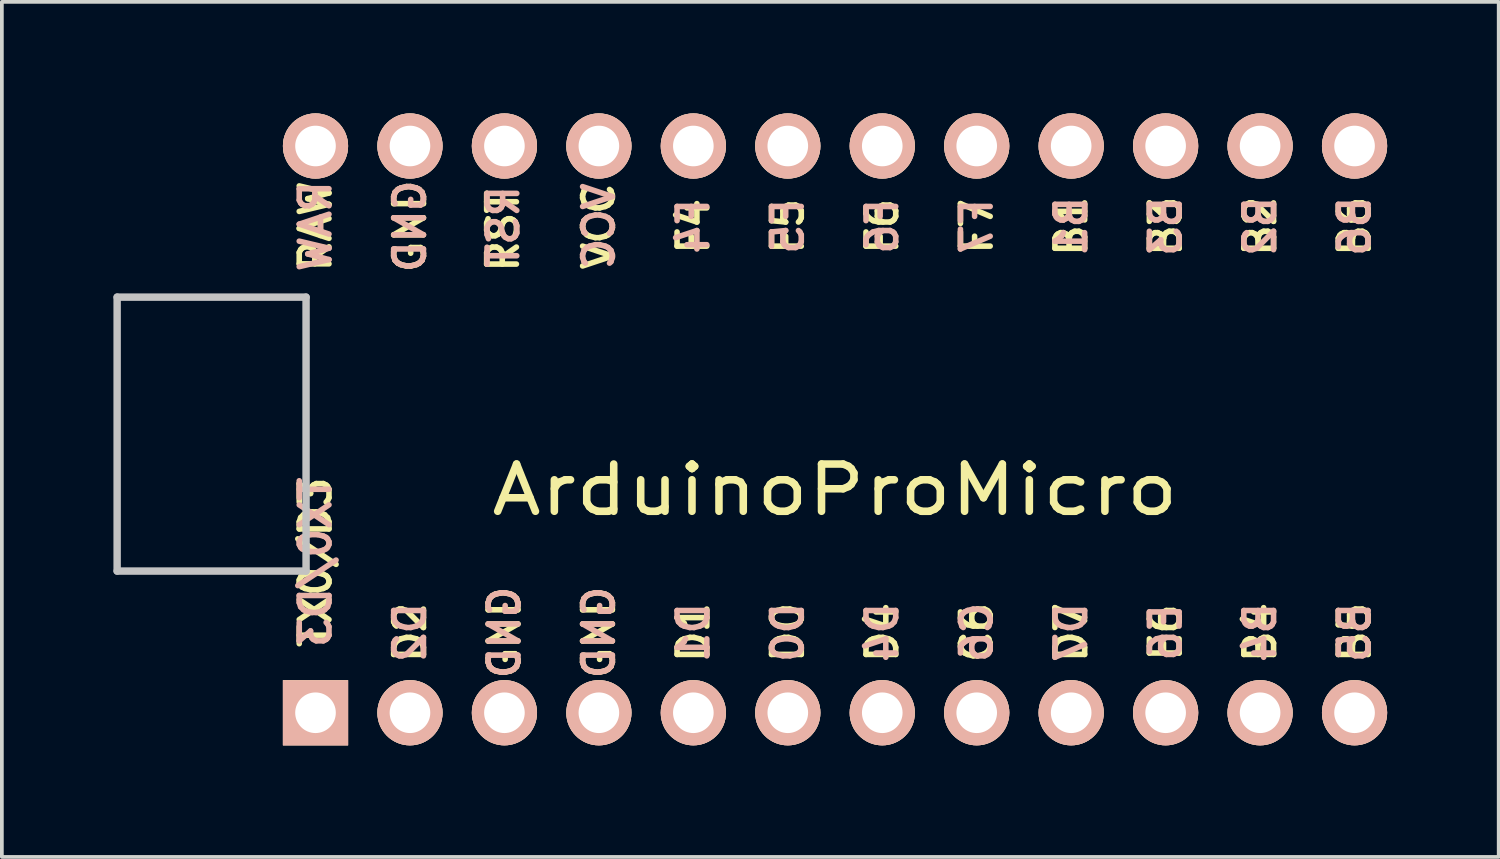
<source format=kicad_pcb>
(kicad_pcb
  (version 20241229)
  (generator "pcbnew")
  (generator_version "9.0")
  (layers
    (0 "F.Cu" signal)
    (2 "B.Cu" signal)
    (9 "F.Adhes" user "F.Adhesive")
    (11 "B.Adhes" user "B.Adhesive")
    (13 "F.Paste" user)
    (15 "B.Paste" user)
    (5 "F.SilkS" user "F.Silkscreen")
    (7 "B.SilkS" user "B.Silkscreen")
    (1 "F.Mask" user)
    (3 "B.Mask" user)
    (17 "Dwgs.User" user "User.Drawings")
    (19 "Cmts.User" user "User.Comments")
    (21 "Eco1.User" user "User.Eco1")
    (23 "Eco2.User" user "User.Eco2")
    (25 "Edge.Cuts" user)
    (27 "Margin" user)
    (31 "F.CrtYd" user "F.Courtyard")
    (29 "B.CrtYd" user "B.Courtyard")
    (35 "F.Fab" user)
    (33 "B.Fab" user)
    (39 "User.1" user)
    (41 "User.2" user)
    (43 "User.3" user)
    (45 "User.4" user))
  (footprint "ArduinoProMicro"
    (layer "F.Cu")
    (at 19.404 8.496)
    (property "Reference" "ArduinoProMicro" (at 0 1.625 0) (layer "F.SilkS") (effects (font (size 1.27 1.524) (thickness 0.203))))
    (attr through_hole)
    (fp_line (start -19.304 -3.556) (end -14.224 -3.556) (stroke (width 0.2) (type solid)) (layer "Dwgs.User"))
    (fp_line (start -19.304 3.81) (end -19.304 -3.556) (stroke (width 0.2) (type solid)) (layer "Dwgs.User"))
    (fp_line (start -14.224 -3.556) (end -14.224 3.81) (stroke (width 0.2) (type solid)) (layer "Dwgs.User"))
    (fp_line (start -14.224 3.81) (end -19.304 3.81) (stroke (width 0.2) (type solid)) (layer "Dwgs.User"))
    (fp_text user "E6" (at 8.89 5.461 90) (layer "F.SilkS") (effects (font (size 0.8 0.8) (thickness 0.15))))
    (fp_text user "F6" (at 1.27 -5.461 90) (layer "F.SilkS") (effects (font (size 0.8 0.8) (thickness 0.15))))
    (fp_text user "C6" (at 3.81 5.461 90) (layer "F.SilkS") (effects (font (size 0.8 0.8) (thickness 0.15))))
    (fp_text user "F5" (at -1.27 -5.461 90) (layer "F.SilkS") (effects (font (size 0.8 0.8) (thickness 0.15))))
    (fp_text user "D1" (at -3.81 5.461 90) (layer "F.SilkS") (effects (font (size 0.8 0.8) (thickness 0.15))))
    (fp_text user "GND" (at -6.35 5.461 90) (layer "F.SilkS") (effects (font (size 0.8 0.8) (thickness 0.15))))
    (fp_text user "F4" (at -3.81 -5.461 90) (layer "F.SilkS") (effects (font (size 0.8 0.8) (thickness 0.15))))
    (fp_text user "D0" (at -1.27 5.461 90) (layer "F.SilkS") (effects (font (size 0.8 0.8) (thickness 0.15))))
    (fp_text user "B6" (at 13.97 -5.461 90) (layer "F.SilkS") (effects (font (size 0.8 0.8) (thickness 0.15))))
    (fp_text user "D7" (at 6.35 5.461 90) (layer "F.SilkS") (effects (font (size 0.8 0.8) (thickness 0.15))))
    (fp_text user "B4" (at 11.43 5.461 90) (layer "F.SilkS") (effects (font (size 0.8 0.8) (thickness 0.15))))
    (fp_text user "D2" (at -11.43 5.461 90) (layer "F.SilkS") (effects (font (size 0.8 0.8) (thickness 0.15))))
    (fp_text user "VCC" (at -6.35 -5.461 90) (layer "F.SilkS") (effects (font (size 0.8 0.8) (thickness 0.15))))
    (fp_text user "RAW" (at -13.97 -5.461 90) (layer "F.SilkS") (effects (font (size 0.8 0.8) (thickness 0.15))))
    (fp_text user "B5" (at 13.97 5.461 90) (layer "F.SilkS") (effects (font (size 0.8 0.8) (thickness 0.15))))
    (fp_text user "B1" (at 6.35 -5.461 90) (layer "F.SilkS") (effects (font (size 0.8 0.8) (thickness 0.15))))
    (fp_text user "GND" (at -11.43 -5.461 90) (layer "F.SilkS") (effects (font (size 0.8 0.8) (thickness 0.15))))
    (fp_text user "GND" (at -8.89 5.461 90) (layer "F.SilkS") (effects (font (size 0.8 0.8) (thickness 0.15))))
    (fp_text user "B3" (at 8.89 -5.461 90) (layer "F.SilkS") (effects (font (size 0.8 0.8) (thickness 0.15))))
    (fp_text user "F7" (at 3.81 -5.461 90) (layer "F.SilkS") (effects (font (size 0.8 0.8) (thickness 0.15))))
    (fp_text user "B2" (at 11.43 -5.461 90) (layer "F.SilkS") (effects (font (size 0.8 0.8) (thickness 0.15))))
    (fp_text user "D4" (at 1.27 5.461 90) (layer "F.SilkS") (effects (font (size 0.8 0.8) (thickness 0.15))))
    (fp_text user "TX0/D3" (at -13.97 3.572 90) (layer "F.SilkS") (effects (font (size 0.8 0.8) (thickness 0.15))))
    (fp_text user "RST" (at -8.93 -5.34 90) (layer "F.SilkS") (effects (font (size 0.8 0.8) (thickness 0.15))))
    (fp_text user "B1" (at 6.35 -5.461 90) (layer "B.SilkS") (effects (font (size 0.8 0.8) (thickness 0.15)) (justify mirror)))
    (fp_text user "F6" (at 1.27 -5.461 90) (layer "B.SilkS") (effects (font (size 0.8 0.8) (thickness 0.15)) (justify mirror)))
    (fp_text user "B5" (at 13.97 5.461 90) (layer "B.SilkS") (effects (font (size 0.8 0.8) (thickness 0.15)) (justify mirror)))
    (fp_text user "C6" (at 3.81 5.461 90) (layer "B.SilkS") (effects (font (size 0.8 0.8) (thickness 0.15)) (justify mirror)))
    (fp_text user "F5" (at -1.27 -5.461 90) (layer "B.SilkS") (effects (font (size 0.8 0.8) (thickness 0.15)) (justify mirror)))
    (fp_text user "D7" (at 6.35 5.461 90) (layer "B.SilkS") (effects (font (size 0.8 0.8) (thickness 0.15)) (justify mirror)))
    (fp_text user "B3" (at 8.89 -5.461 90) (layer "B.SilkS") (effects (font (size 0.8 0.8) (thickness 0.15)) (justify mirror)))
    (fp_text user "GND" (at -8.89 5.461 90) (layer "B.SilkS") (effects (font (size 0.8 0.8) (thickness 0.15)) (justify mirror)))
    (fp_text user "GND" (at -11.43 -5.461 90) (layer "B.SilkS") (effects (font (size 0.8 0.8) (thickness 0.15)) (justify mirror)))
    (fp_text user "RST" (at -8.92 -5.45 90) (layer "B.SilkS") (effects (font (size 0.8 0.8) (thickness 0.15)) (justify mirror)))
    (fp_text user "B2" (at 11.43 -5.461 90) (layer "B.SilkS") (effects (font (size 0.8 0.8) (thickness 0.15)) (justify mirror)))
    (fp_text user "B4" (at 11.43 5.461 90) (layer "B.SilkS") (effects (font (size 0.8 0.8) (thickness 0.15)) (justify mirror)))
    (fp_text user "F7" (at 3.81 -5.461 90) (layer "B.SilkS") (effects (font (size 0.8 0.8) (thickness 0.15)) (justify mirror)))
    (fp_text user "D0" (at -1.27 5.461 90) (layer "B.SilkS") (effects (font (size 0.8 0.8) (thickness 0.15)) (justify mirror)))
    (fp_text user "D4" (at 1.27 5.461 90) (layer "B.SilkS") (effects (font (size 0.8 0.8) (thickness 0.15)) (justify mirror)))
    (fp_text user "E6" (at 8.89 5.461 90) (layer "B.SilkS") (effects (font (size 0.8 0.8) (thickness 0.15)) (justify mirror)))
    (fp_text user "B6" (at 13.97 -5.461 90) (layer "B.SilkS") (effects (font (size 0.8 0.8) (thickness 0.15)) (justify mirror)))
    (fp_text user "D1" (at -3.81 5.461 90) (layer "B.SilkS") (effects (font (size 0.8 0.8) (thickness 0.15)) (justify mirror)))
    (fp_text user "GND" (at -6.35 5.461 90) (layer "B.SilkS") (effects (font (size 0.8 0.8) (thickness 0.15)) (justify mirror)))
    (fp_text user "VCC" (at -6.35 -5.461 90) (layer "B.SilkS") (effects (font (size 0.8 0.8) (thickness 0.15)) (justify mirror)))
    (fp_text user "F4" (at -3.81 -5.461 90) (layer "B.SilkS") (effects (font (size 0.8 0.8) (thickness 0.15)) (justify mirror)))
    (fp_text user "D2" (at -11.43 5.461 90) (layer "B.SilkS") (effects (font (size 0.8 0.8) (thickness 0.15)) (justify mirror)))
    (fp_text user "TX0/D3" (at -13.97 3.572 90) (layer "B.SilkS") (effects (font (size 0.8 0.8) (thickness 0.15)) (justify mirror)))
    (fp_text user "RAW" (at -13.97 -5.461 90) (layer "B.SilkS") (effects (font (size 0.8 0.8) (thickness 0.15)) (justify mirror)))
    (pad "1" thru_hole rect (at -13.97 7.62) (size 1.753 1.753) (drill 1.092) (layers "*.Cu" "*.SilkS" "*.Mask"))
    (pad "2" thru_hole circle (at -11.43 7.62) (size 1.753 1.753) (drill 1.092) (layers "*.Cu" "*.SilkS" "*.Mask"))
    (pad "3" thru_hole circle (at -8.89 7.62) (size 1.753 1.753) (drill 1.092) (layers "*.Cu" "*.SilkS" "*.Mask"))
    (pad "4" thru_hole circle (at -6.35 7.62) (size 1.753 1.753) (drill 1.092) (layers "*.Cu" "*.SilkS" "*.Mask"))
    (pad "5" thru_hole circle (at -3.81 7.62) (size 1.753 1.753) (drill 1.092) (layers "*.Cu" "*.SilkS" "*.Mask"))
    (pad "6" thru_hole circle (at -1.27 7.62) (size 1.753 1.753) (drill 1.092) (layers "*.Cu" "*.SilkS" "*.Mask"))
    (pad "7" thru_hole circle (at 1.27 7.62) (size 1.753 1.753) (drill 1.092) (layers "*.Cu" "*.SilkS" "*.Mask"))
    (pad "8" thru_hole circle (at 3.81 7.62) (size 1.753 1.753) (drill 1.092) (layers "*.Cu" "*.SilkS" "*.Mask"))
    (pad "9" thru_hole circle (at 6.35 7.62) (size 1.753 1.753) (drill 1.092) (layers "*.Cu" "*.SilkS" "*.Mask"))
    (pad "10" thru_hole circle (at 8.89 7.62) (size 1.753 1.753) (drill 1.092) (layers "*.Cu" "*.SilkS" "*.Mask"))
    (pad "11" thru_hole circle (at 11.43 7.62) (size 1.753 1.753) (drill 1.092) (layers "*.Cu" "*.SilkS" "*.Mask"))
    (pad "12" thru_hole circle (at 13.97 7.62) (size 1.753 1.753) (drill 1.092) (layers "*.Cu" "*.SilkS" "*.Mask"))
    (pad "13" thru_hole circle (at 13.97 -7.62) (size 1.753 1.753) (drill 1.092) (layers "*.Cu" "*.SilkS" "*.Mask"))
    (pad "14" thru_hole circle (at 11.43 -7.62) (size 1.753 1.753) (drill 1.092) (layers "*.Cu" "*.SilkS" "*.Mask"))
    (pad "15" thru_hole circle (at 8.89 -7.62) (size 1.753 1.753) (drill 1.092) (layers "*.Cu" "*.SilkS" "*.Mask"))
    (pad "16" thru_hole circle (at 6.35 -7.62) (size 1.753 1.753) (drill 1.092) (layers "*.Cu" "*.SilkS" "*.Mask"))
    (pad "17" thru_hole circle (at 3.81 -7.62) (size 1.753 1.753) (drill 1.092) (layers "*.Cu" "*.SilkS" "*.Mask"))
    (pad "18" thru_hole circle (at 1.27 -7.62) (size 1.753 1.753) (drill 1.092) (layers "*.Cu" "*.SilkS" "*.Mask"))
    (pad "19" thru_hole circle (at -1.27 -7.62) (size 1.753 1.753) (drill 1.092) (layers "*.Cu" "*.SilkS" "*.Mask"))
    (pad "20" thru_hole circle (at -3.81 -7.62) (size 1.753 1.753) (drill 1.092) (layers "*.Cu" "*.SilkS" "*.Mask"))
    (pad "21" thru_hole circle (at -6.35 -7.62) (size 1.753 1.753) (drill 1.092) (layers "*.Cu" "*.SilkS" "*.Mask"))
    (pad "22" thru_hole circle (at -8.89 -7.62) (size 1.753 1.753) (drill 1.092) (layers "*.Cu" "*.SilkS" "*.Mask"))
    (pad "23" thru_hole circle (at -11.43 -7.62) (size 1.753 1.753) (drill 1.092) (layers "*.Cu" "*.SilkS" "*.Mask"))
    (pad "24" thru_hole circle (at -13.97 -7.62) (size 1.753 1.753) (drill 1.092) (layers "*.Cu" "*.SilkS" "*.Mask")))
  (gr_rect
    (start -3 -3)
    (end 37.25 19.993)
    (stroke (width 0.1) (type default))
    (fill no)
    (layer "Edge.Cuts")))
</source>
